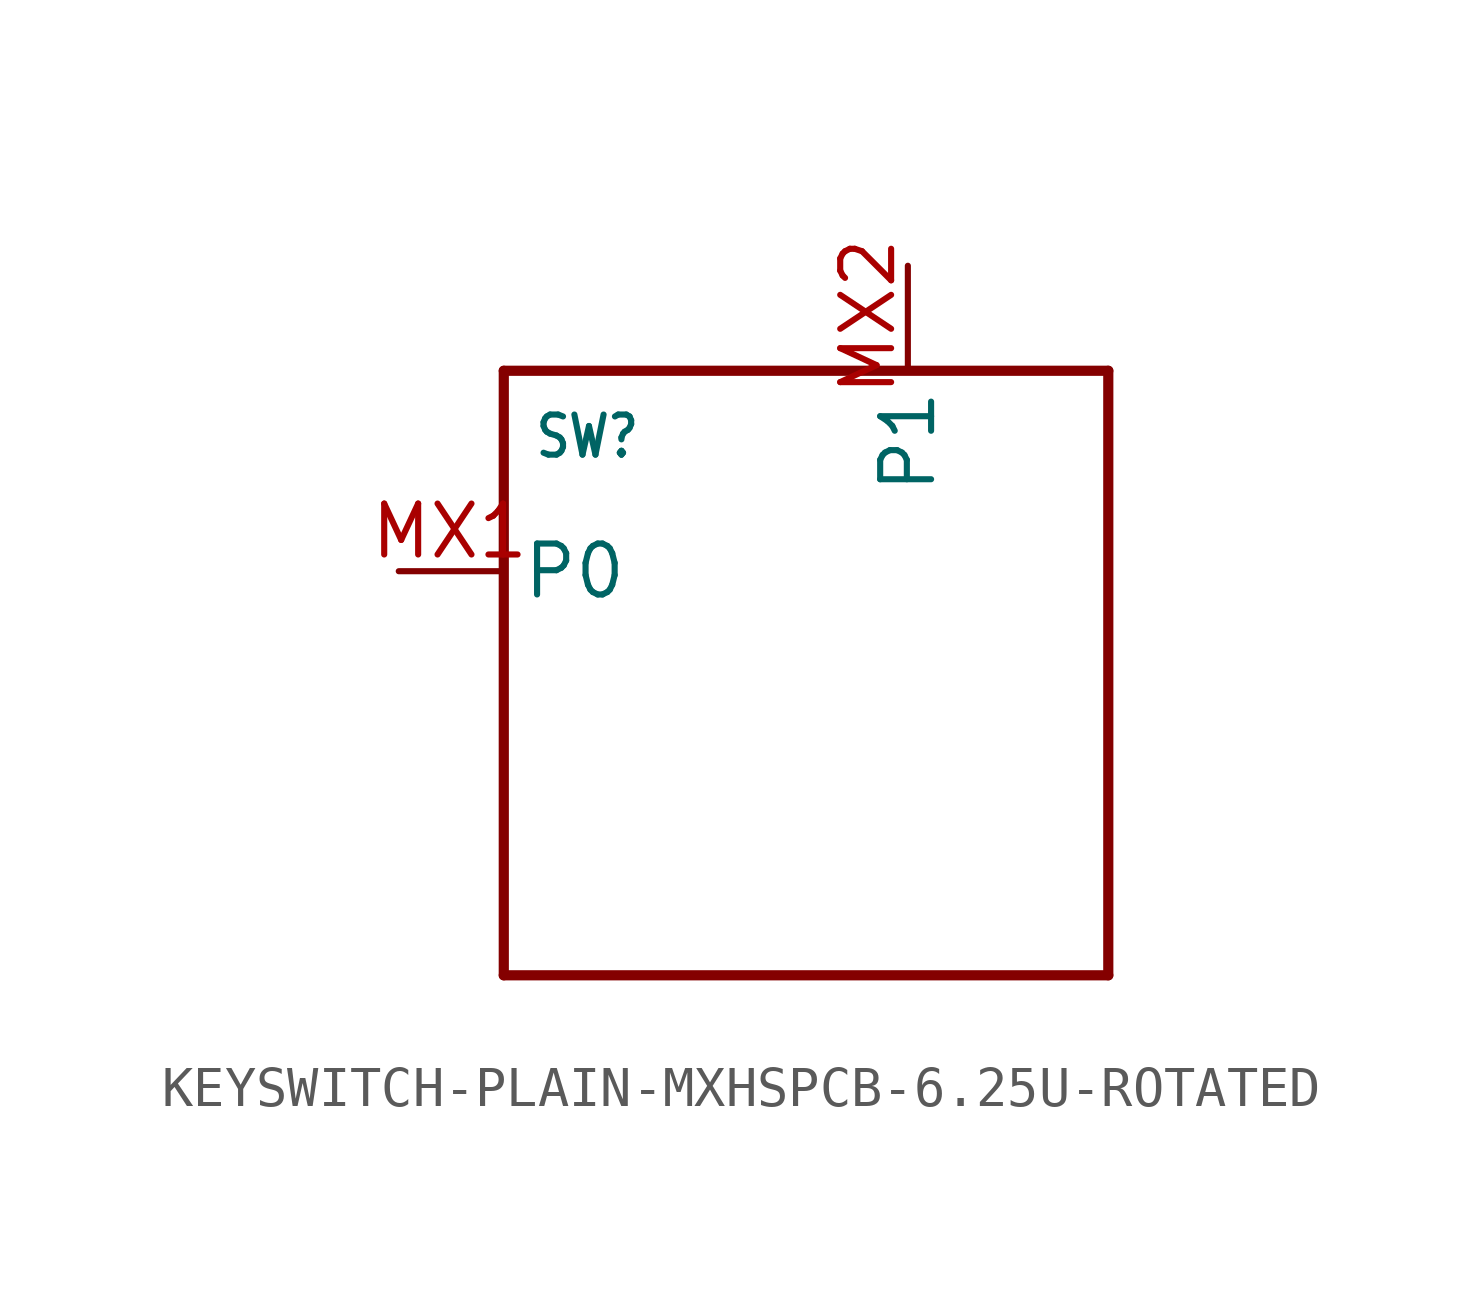
<source format=kicad_sym>
(kicad_symbol_lib
  (version 20211014)
  (generator kicad_symbol_editor)
  (symbol "KEYSWITCH-PLAIN-MXHSPCB-6.25U-ROTATED"
    (property "Reference" "SW"
      (at -6.81 5.318 0)
      (effects (font (size 1 0.85)) (justify left bottom)))
    (property "ki_locked" ""
      (at 0 0 0)
      (effects (font (size 1.27 1.27))))
    (symbol "KEYSWITCH-PLAIN-MXHSPCB-6.25U-ROTATED_1_0"
      (polyline (pts (xy -7.54 -7.54) (xy -7.54 7.54)) (stroke (width 0.254) (type default) (color 0 0 0 0)) (fill (type none)))
      (polyline (pts (xy -7.54 7.54) (xy 7.54 7.54)) (stroke (width 0.254) (type default) (color 0 0 0 0)) (fill (type none)))
      (polyline (pts (xy 7.54 -7.54) (xy -7.54 -7.54)) (stroke (width 0.254) (type default) (color 0 0 0 0)) (fill (type none)))
      (polyline (pts (xy 7.54 7.54) (xy 7.54 -7.54)) (stroke (width 0.254) (type default) (color 0 0 0 0)) (fill (type none)))
      (pin bidirectional line (at -10.16 2.54 0) (length 2.54) (name "P0" (effects (font (size 1.27 1.27)))) (number "MX1" (effects (font (size 1.27 1.27)))))
      (pin bidirectional line (at 2.54 10.16 270) (length 2.54) (name "P1" (effects (font (size 1.27 1.27)))) (number "MX2" (effects (font (size 1.27 1.27))))))))
</source>
